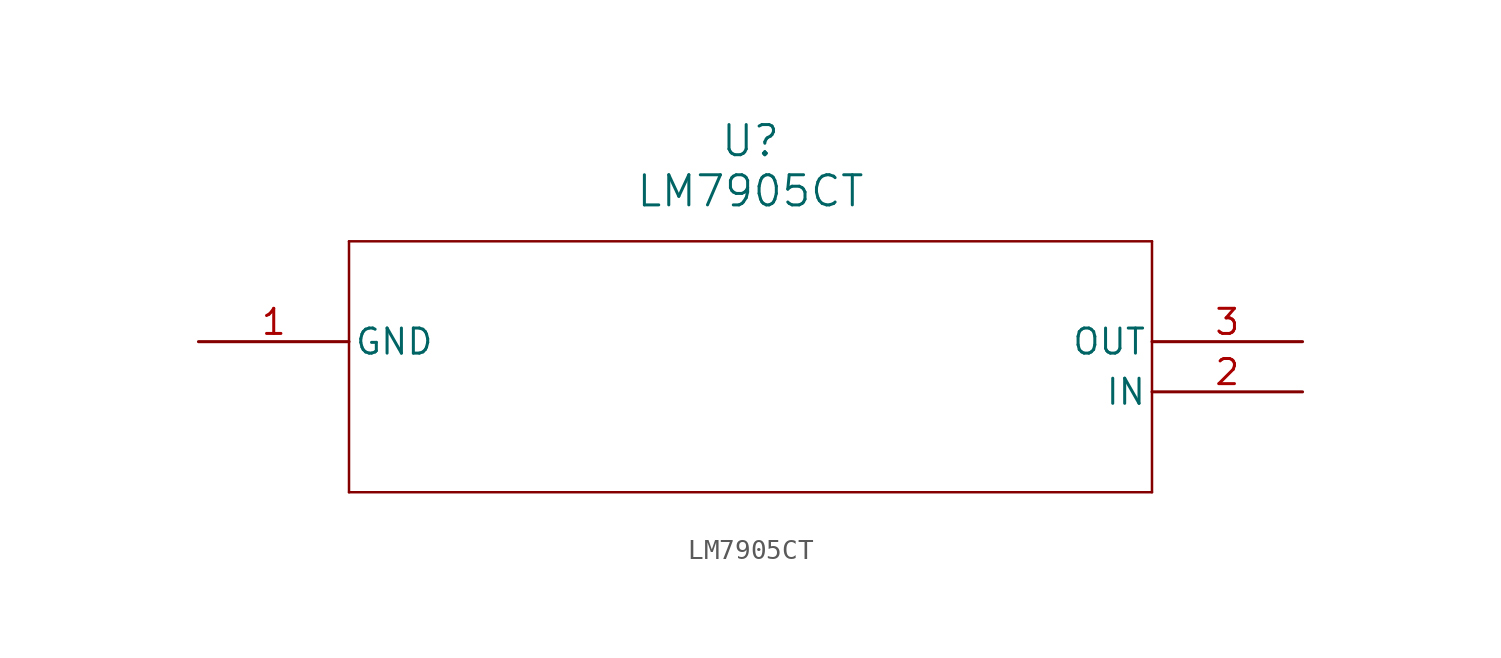
<source format=kicad_sym>
(kicad_symbol_lib
  (version 20211014)
  (generator kicad_symbol_editor)
  (symbol "LM7905CT"
    (pin_names
      (offset 0.254))
    (property "Reference" "U"
      (at 27.94 10.16 0)
      (effects (font (size 1.524 1.524))))
    (property "Value" "LM7905CT"
      (at 27.94 7.62 0)
      (effects (font (size 1.524 1.524))))
    (symbol "LM7905CT_0_1"
      (polyline (pts (xy 7.62 5.08) (xy 7.62 -7.62)) (stroke (width 0.127) (type default) (color 0 0 0 0)) (fill (type none)))
      (polyline (pts (xy 7.62 -7.62) (xy 48.26 -7.62)) (stroke (width 0.127) (type default) (color 0 0 0 0)) (fill (type none)))
      (polyline (pts (xy 48.26 -7.62) (xy 48.26 5.08)) (stroke (width 0.127) (type default) (color 0 0 0 0)) (fill (type none)))
      (polyline (pts (xy 48.26 5.08) (xy 7.62 5.08)) (stroke (width 0.127) (type default) (color 0 0 0 0)) (fill (type none)))
      (pin power_in line (at 0 0 0) (length 7.62) (name "GND" (effects (font (size 1.27 1.27)))) (number "1" (effects (font (size 1.27 1.27)))))
      (pin power_in line (at 55.88 -2.54 180) (length 7.62) (name "IN" (effects (font (size 1.27 1.27)))) (number "2" (effects (font (size 1.27 1.27)))))
      (pin power_in line (at 55.88 0 180) (length 7.62) (name "OUT" (effects (font (size 1.27 1.27)))) (number "3" (effects (font (size 1.27 1.27))))))))
</source>
